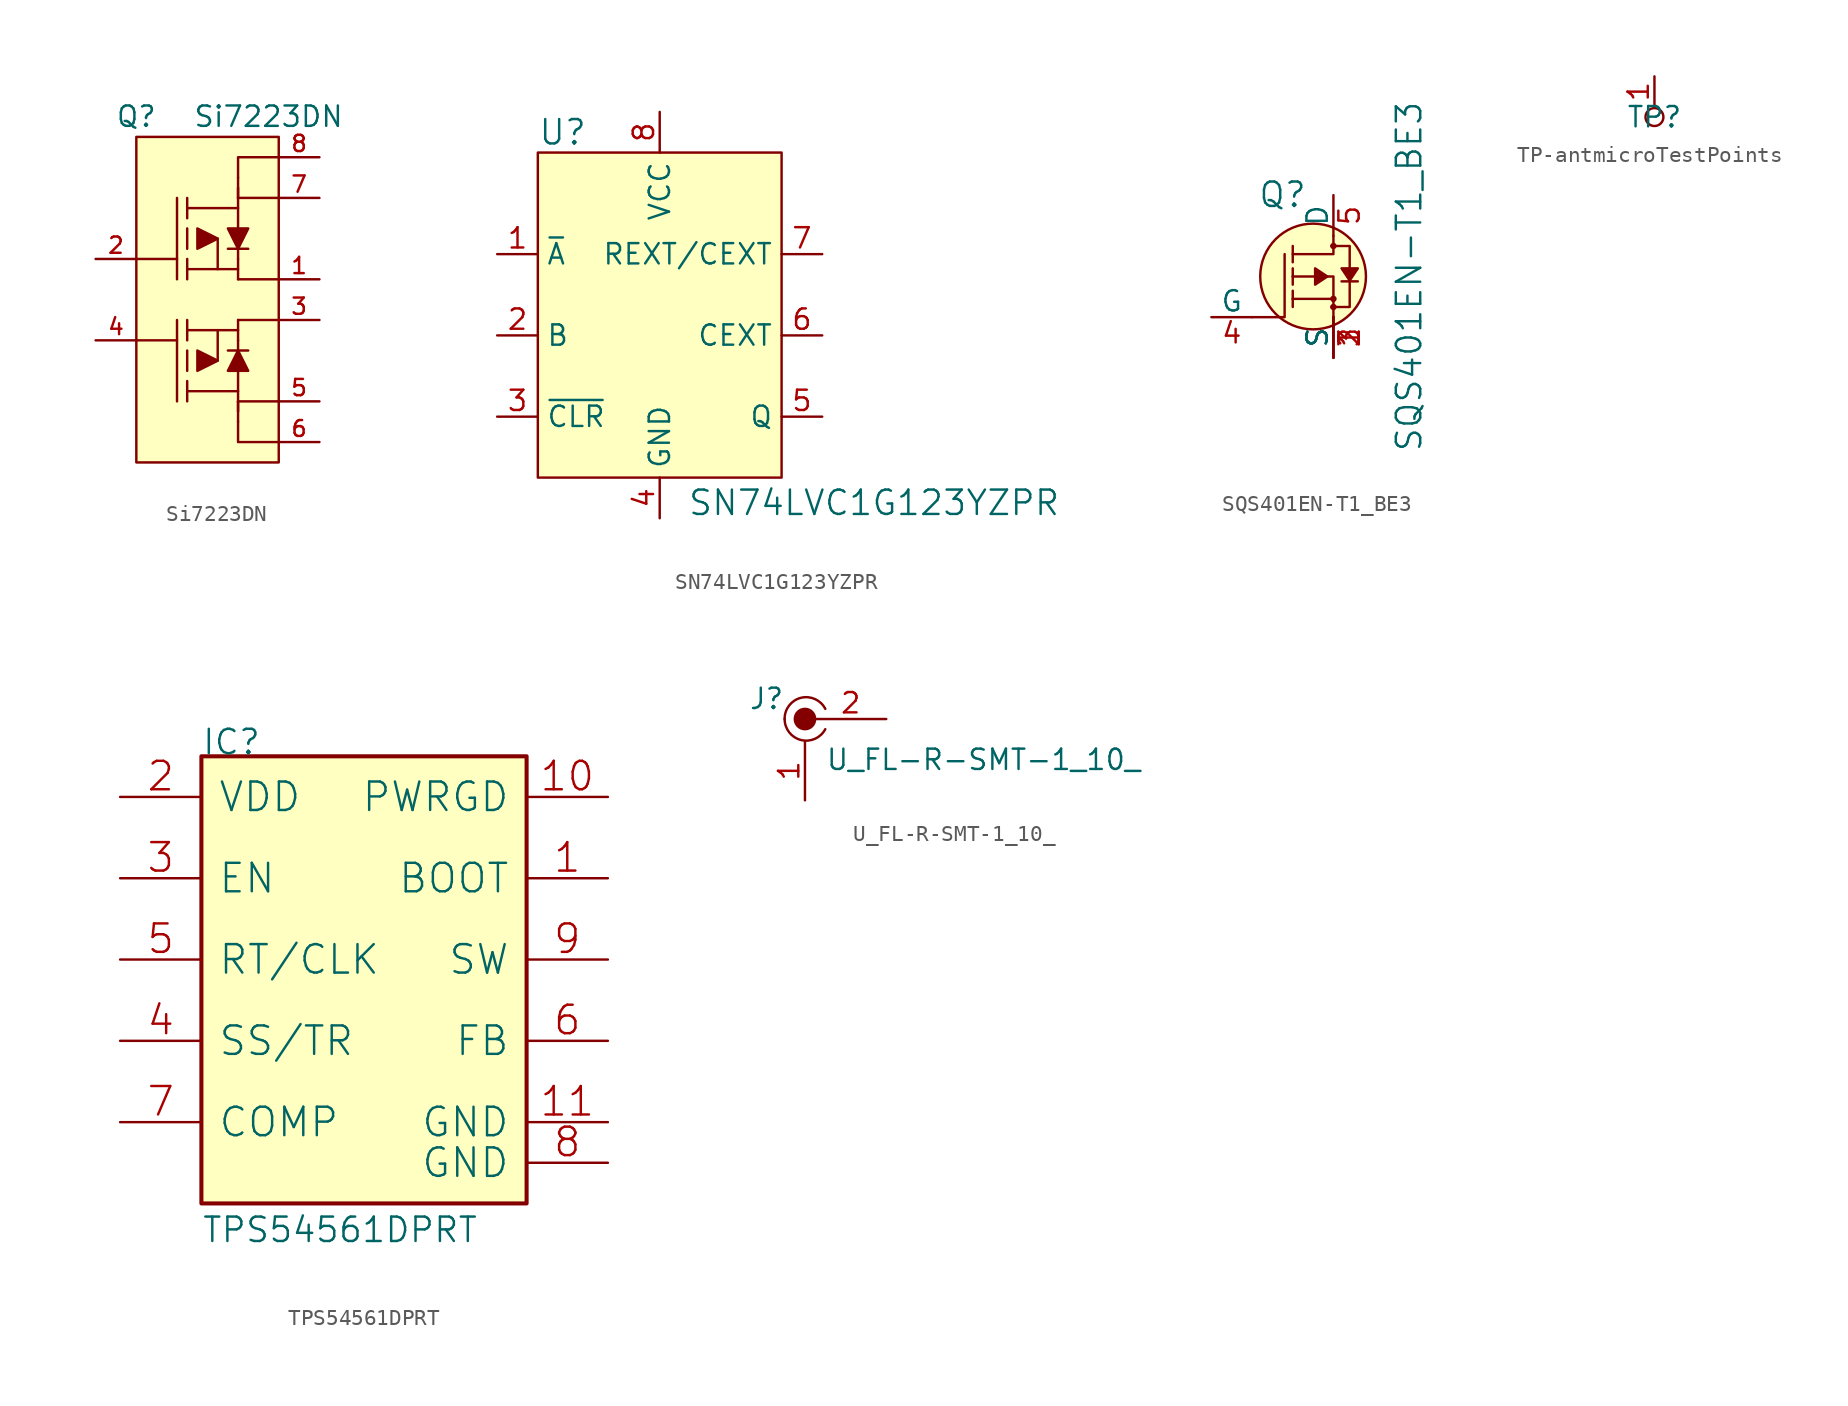
<source format=kicad_sym>
(kicad_symbol_lib
  (version 20211014)
  (generator kicad_symbol_editor)
  (symbol "Si7223DN"
    (pin_names
      (offset 1.016))
    (property "Reference" "Q"
      (at -5.08 11.43 0)
      (effects (font (size 1.27 1.27))))
    (property "Value" "Si7223DN"
      (at 3.175 11.43 0)
      (effects (font (size 1.27 1.27))))
    (symbol "Si7223DN_0_1"
      (polyline (pts (xy 1.27 -7.62) (xy 1.27 -6.35)) (stroke (width 0) (type default) (color 0 0 0 0)) (fill (type none)))
      (polyline (pts (xy 1.27 -6.985) (xy 1.27 -6.35)) (stroke (width 0) (type default) (color 0 0 0 0)) (fill (type none)))
      (polyline (pts (xy 1.27 7.62) (xy 1.27 6.35)) (stroke (width 0) (type default) (color 0 0 0 0)) (fill (type none)))
      (polyline (pts (xy 1.27 -7.62) (xy 1.27 -8.89) (xy 3.81 -8.89)) (stroke (width 0) (type default) (color 0 0 0 0)) (fill (type none))))
    (symbol "Si7223DN_1_1"
      (rectangle (start -5.08 10.16) (end 3.81 -10.16) (stroke (width 0) (type default) (color 0 0 0 0)) (fill (type background)))
      (polyline (pts (xy -5.08 -2.54) (xy -2.54 -2.54)) (stroke (width 0) (type default) (color 0 0 0 0)) (fill (type none)))
      (polyline (pts (xy -5.08 2.54) (xy -2.54 2.54)) (stroke (width 0) (type default) (color 0 0 0 0)) (fill (type none)))
      (polyline (pts (xy -2.54 -6.35) (xy -2.54 -1.27)) (stroke (width 0) (type default) (color 0 0 0 0)) (fill (type none)))
      (polyline (pts (xy -2.54 6.35) (xy -2.54 1.27)) (stroke (width 0) (type default) (color 0 0 0 0)) (fill (type none)))
      (polyline (pts (xy -1.905 -5.715) (xy 1.27 -5.715)) (stroke (width 0) (type default) (color 0 0 0 0)) (fill (type none)))
      (polyline (pts (xy -1.905 -5.08) (xy -1.905 -6.35)) (stroke (width 0) (type default) (color 0 0 0 0)) (fill (type none)))
      (polyline (pts (xy -1.905 -3.175) (xy -1.905 -4.445)) (stroke (width 0) (type default) (color 0 0 0 0)) (fill (type none)))
      (polyline (pts (xy -1.905 -2.54) (xy -1.905 -1.27)) (stroke (width 0) (type default) (color 0 0 0 0)) (fill (type none)))
      (polyline (pts (xy -1.905 2.54) (xy -1.905 1.27)) (stroke (width 0) (type default) (color 0 0 0 0)) (fill (type none)))
      (polyline (pts (xy -1.905 3.175) (xy -1.905 4.445)) (stroke (width 0) (type default) (color 0 0 0 0)) (fill (type none)))
      (polyline (pts (xy -1.905 5.08) (xy -1.905 6.35)) (stroke (width 0) (type default) (color 0 0 0 0)) (fill (type none)))
      (polyline (pts (xy -1.905 5.715) (xy 1.27 5.715)) (stroke (width 0) (type default) (color 0 0 0 0)) (fill (type none)))
      (polyline (pts (xy 0 -1.905) (xy 1.27 -1.905)) (stroke (width 0) (type default) (color 0 0 0 0)) (fill (type none)))
      (polyline (pts (xy 0 1.905) (xy 1.27 1.905)) (stroke (width 0) (type default) (color 0 0 0 0)) (fill (type none)))
      (polyline (pts (xy 0.635 -3.175) (xy 1.905 -3.175)) (stroke (width 0) (type default) (color 0 0 0 0)) (fill (type none)))
      (polyline (pts (xy 0.635 3.175) (xy 1.905 3.175)) (stroke (width 0) (type default) (color 0 0 0 0)) (fill (type none)))
      (polyline (pts (xy 1.27 -6.35) (xy 3.81 -6.35)) (stroke (width 0) (type default) (color 0 0 0 0)) (fill (type none)))
      (polyline (pts (xy 1.27 -2.54) (xy 1.27 -6.35)) (stroke (width 0) (type default) (color 0 0 0 0)) (fill (type none)))
      (polyline (pts (xy 1.27 -2.54) (xy 1.27 -1.27)) (stroke (width 0) (type default) (color 0 0 0 0)) (fill (type none)))
      (polyline (pts (xy 1.27 -1.27) (xy 3.81 -1.27)) (stroke (width 0) (type default) (color 0 0 0 0)) (fill (type none)))
      (polyline (pts (xy 1.27 1.27) (xy 3.81 1.27)) (stroke (width 0) (type default) (color 0 0 0 0)) (fill (type none)))
      (polyline (pts (xy 1.27 2.54) (xy 1.27 1.27)) (stroke (width 0) (type default) (color 0 0 0 0)) (fill (type none)))
      (polyline (pts (xy 1.27 2.54) (xy 1.27 6.35)) (stroke (width 0) (type default) (color 0 0 0 0)) (fill (type none)))
      (polyline (pts (xy 1.27 6.35) (xy 3.81 6.35)) (stroke (width 0) (type default) (color 0 0 0 0)) (fill (type none)))
      (polyline (pts (xy 1.27 6.985) (xy 1.27 6.35)) (stroke (width 0) (type default) (color 0 0 0 0)) (fill (type none)))
      (polyline (pts (xy 1.27 7.62) (xy 1.27 8.89) (xy 3.81 8.89)) (stroke (width 0) (type default) (color 0 0 0 0)) (fill (type none)))
      (polyline (pts (xy -1.27 -4.445) (xy 0 -3.81) (xy -1.27 -3.175) (xy -1.27 -4.445)) (stroke (width 0) (type default) (color 0 0 0 0)) (fill (type outline)))
      (polyline (pts (xy -1.27 4.445) (xy 0 3.81) (xy -1.27 3.175) (xy -1.27 4.445)) (stroke (width 0) (type default) (color 0 0 0 0)) (fill (type outline)))
      (polyline (pts (xy -0.635 -3.81) (xy 0 -3.81) (xy 0 -1.905) (xy -1.905 -1.905)) (stroke (width 0) (type default) (color 0 0 0 0)) (fill (type none)))
      (polyline (pts (xy -0.635 3.81) (xy 0 3.81) (xy 0 1.905) (xy -1.905 1.905)) (stroke (width 0) (type default) (color 0 0 0 0)) (fill (type none)))
      (polyline (pts (xy 1.905 -4.445) (xy 1.27 -3.175) (xy 0.635 -4.445) (xy 1.905 -4.445)) (stroke (width 0) (type default) (color 0 0 0 0)) (fill (type outline)))
      (polyline (pts (xy 1.905 4.445) (xy 1.27 3.175) (xy 0.635 4.445) (xy 1.905 4.445)) (stroke (width 0) (type default) (color 0 0 0 0)) (fill (type outline)))
      (pin passive line (at 6.35 1.27 180) (length 2.54) (name "~" (effects (font (size 1.016 1.016)))) (number "1" (effects (font (size 1.016 1.016)))))
      (pin passive line (at -7.62 2.54 0) (length 2.54) (name "~" (effects (font (size 1.016 1.016)))) (number "2" (effects (font (size 1.016 1.016)))))
      (pin passive line (at 6.35 -1.27 180) (length 2.54) (name "~" (effects (font (size 1.016 1.016)))) (number "3" (effects (font (size 1.016 1.016)))))
      (pin passive line (at -7.62 -2.54 0) (length 2.54) (name "~" (effects (font (size 1.016 1.016)))) (number "4" (effects (font (size 1.016 1.016)))))
      (pin passive line (at 6.35 -6.35 180) (length 2.54) (name "~" (effects (font (size 1.016 1.016)))) (number "5" (effects (font (size 1.016 1.016)))))
      (pin passive line (at 6.35 -8.89 180) (length 2.54) (name "~" (effects (font (size 1.016 1.016)))) (number "6" (effects (font (size 0.991 0.991)))))
      (pin passive line (at 6.35 6.35 180) (length 2.54) (name "~" (effects (font (size 1.016 1.016)))) (number "7" (effects (font (size 1.016 1.016)))))
      (pin passive line (at 6.35 8.89 180) (length 2.54) (name "~" (effects (font (size 1.016 1.016)))) (number "8" (effects (font (size 1.016 1.016)))))))
  (symbol "SN74LVC1G123YZPR"
    (property "Reference" "U"
      (at -7.62 11.43 0)
      (effects (font (size 1.524 1.524)) (justify left)))
    (property "Value" "SN74LVC1G123YZPR"
      (at 1.727 -11.735 0)
      (effects (font (size 1.524 1.524)) (justify left)))
    (symbol "SN74LVC1G123YZPR_0_1"
      (rectangle (start -7.62 10.16) (end 7.62 -10.16) (stroke (width 0) (type default) (color 0 0 0 0)) (fill (type background))))
    (symbol "SN74LVC1G123YZPR_1_1"
      (pin input line (at -10.16 3.81 0) (length 2.54) (name "~{A}" (effects (font (size 1.27 1.27)))) (number "1" (effects (font (size 1.27 1.27)))))
      (pin input line (at -10.16 -1.27 0) (length 2.54) (name "B" (effects (font (size 1.27 1.27)))) (number "2" (effects (font (size 1.27 1.27)))))
      (pin input line (at -10.16 -6.35 0) (length 2.54) (name "~{CLR}" (effects (font (size 1.27 1.27)))) (number "3" (effects (font (size 1.27 1.27)))))
      (pin power_in line (at 0 -12.7 90) (length 2.54) (name "GND" (effects (font (size 1.27 1.27)))) (number "4" (effects (font (size 1.27 1.27)))))
      (pin output line (at 10.16 -6.35 180) (length 2.54) (name "Q" (effects (font (size 1.27 1.27)))) (number "5" (effects (font (size 1.27 1.27)))))
      (pin passive line (at 10.16 -1.27 180) (length 2.54) (name "CEXT" (effects (font (size 1.27 1.27)))) (number "6" (effects (font (size 1.27 1.27)))))
      (pin passive line (at 10.16 3.81 180) (length 2.54) (name "REXT/CEXT" (effects (font (size 1.27 1.27)))) (number "7" (effects (font (size 1.27 1.27)))))
      (pin power_in line (at 0 12.7 270) (length 2.54) (name "VCC" (effects (font (size 1.27 1.27)))) (number "8" (effects (font (size 1.27 1.27)))))))
  (symbol "SQS401EN-T1_BE3"
    (pin_names
      (offset 0))
    (property "Reference" "Q"
      (at -1.626 5.105 0)
      (effects (font (size 1.524 1.524)) (justify right)))
    (property "Value" "SQS401EN-T1_BE3"
      (at 4.724 0 90)
      (effects (font (size 1.524 1.524))))
    (symbol "SQS401EN-T1_BE3_1_1"
      (circle (center -1.27 0) (radius 3.302) (stroke (width 0) (type default) (color 0 0 0 0)) (fill (type background)))
      (circle (center 0 -1.905) (radius 0.127) (stroke (width 0) (type default) (color 0 0 0 0)) (fill (type none)))
      (circle (center 0 -1.397) (radius 0.127) (stroke (width 0) (type default) (color 0 0 0 0)) (fill (type none)))
      (polyline (pts (xy -2.54 -1.397) (xy -2.54 -1.905)) (stroke (width 0) (type default) (color 0 0 0 0)) (fill (type none)))
      (polyline (pts (xy -2.54 -1.397) (xy -2.54 -0.889)) (stroke (width 0) (type default) (color 0 0 0 0)) (fill (type none)))
      (polyline (pts (xy -2.54 0) (xy -2.54 -0.508)) (stroke (width 0) (type default) (color 0 0 0 0)) (fill (type none)))
      (polyline (pts (xy -2.54 0) (xy -2.54 0.508)) (stroke (width 0) (type default) (color 0 0 0 0)) (fill (type none)))
      (polyline (pts (xy -2.54 1.905) (xy -2.54 0.889)) (stroke (width 0) (type default) (color 0 0 0 0)) (fill (type none)))
      (polyline (pts (xy 0 -1.397) (xy -2.54 -1.397)) (stroke (width 0) (type default) (color 0 0 0 0)) (fill (type none)))
      (polyline (pts (xy 1.524 -0.305) (xy 0.508 -0.305)) (stroke (width 0) (type default) (color 0 0 0 0)) (fill (type none)))
      (polyline (pts (xy -5.08 -2.54) (xy -3.048 -2.54) (xy -3.048 1.397)) (stroke (width 0) (type default) (color 0 0 0 0)) (fill (type none)))
      (polyline (pts (xy 0 -2.54) (xy 0 0) (xy -2.54 0)) (stroke (width 0) (type default) (color 0 0 0 0)) (fill (type none)))
      (polyline (pts (xy 0 2.54) (xy 0 1.397) (xy -2.54 1.397)) (stroke (width 0) (type default) (color 0 0 0 0)) (fill (type none)))
      (polyline (pts (xy -0.381 0) (xy -1.143 0.508) (xy -1.143 -0.508) (xy -0.381 0)) (stroke (width 0) (type default) (color 0 0 0 0)) (fill (type outline)))
      (polyline (pts (xy 1.016 -0.254) (xy 0.508 0.508) (xy 1.524 0.508) (xy 1.016 -0.254)) (stroke (width 0) (type default) (color 0 0 0 0)) (fill (type outline)))
      (polyline (pts (xy -0.127 -1.905) (xy 1.016 -1.905) (xy 1.016 1.397) (xy 1.016 1.905) (xy -0.127 1.905)) (stroke (width 0) (type default) (color 0 0 0 0)) (fill (type none)))
      (circle (center 0 1.905) (radius 0.127) (stroke (width 0) (type default) (color 0 0 0 0)) (fill (type none)))
      (pin bidirectional line (at 0 -5.08 90) (length 2.54) (name "S" (effects (font (size 1.27 1.27)))) (number "1" (effects (font (size 1.27 1.27)))))
      (pin bidirectional line (at 0 -5.08 90) (length 2.54) (name "S" (effects (font (size 1.27 1.27)))) (number "2" (effects (font (size 1.27 1.27)))))
      (pin bidirectional line (at 0 -5.08 90) (length 2.54) (name "S" (effects (font (size 1.27 1.27)))) (number "3" (effects (font (size 1.27 1.27)))))
      (pin bidirectional line (at -7.62 -2.54 0) (length 2.54) (name "G" (effects (font (size 1.27 1.27)))) (number "4" (effects (font (size 1.27 1.27)))))
      (pin bidirectional line (at 0 5.08 270) (length 2.54) (name "D" (effects (font (size 1.27 1.27)))) (number "5" (effects (font (size 1.27 1.27)))))))
  (symbol "TP-antmicroTestPoints"
    (pin_names
      (offset 1.016))
    (property "Reference" "TP"
      (at 0 0 0)
      (effects (font (size 1.27 1.27))))
    (symbol "TP-antmicroTestPoints_1_1"
      (circle (center 0 0) (radius 0.559) (stroke (width 0) (type default) (color 0 0 0 0)) (fill (type none)))
      (pin passive line (at 0 2.54 270) (length 1.905) (name "~" (effects (font (size 1.27 1.27)))) (number "1" (effects (font (size 1.27 1.27)))))))
  (symbol "TPS54561DPRT"
    (pin_names
      (offset 1.016))
    (property "Reference" "IC"
      (at -10.16 12.7 0)
      (effects (font (size 1.524 1.524)) (justify left bottom)))
    (property "Value" "TPS54561DPRT"
      (at -10.16 -17.78 0)
      (effects (font (size 1.524 1.524)) (justify left bottom)))
    (symbol "TPS54561DPRT_0_1"
      (rectangle (start -10.16 -15.24) (end 10.16 12.7) (stroke (width 0.254) (type default) (color 0 0 0 0)) (fill (type background)))
      (pin passive line (at 15.24 5.08 180) (length 5.08) (name "BOOT" (effects (font (size 1.778 1.778)))) (number "1" (effects (font (size 1.778 1.778)))))
      (pin passive line (at 15.24 10.16 180) (length 5.08) (name "PWRGD" (effects (font (size 1.778 1.778)))) (number "10" (effects (font (size 1.778 1.778)))))
      (pin passive line (at 15.24 -10.16 180) (length 5.08) (name "GND" (effects (font (size 1.778 1.778)))) (number "11" (effects (font (size 1.778 1.778)))))
      (pin passive line (at -15.24 10.16 0) (length 5.08) (name "VDD" (effects (font (size 1.778 1.778)))) (number "2" (effects (font (size 1.778 1.778)))))
      (pin passive line (at -15.24 5.08 0) (length 5.08) (name "EN" (effects (font (size 1.778 1.778)))) (number "3" (effects (font (size 1.778 1.778)))))
      (pin passive line (at -15.24 -5.08 0) (length 5.08) (name "SS/TR" (effects (font (size 1.778 1.778)))) (number "4" (effects (font (size 1.778 1.778)))))
      (pin passive line (at -15.24 0 0) (length 5.08) (name "RT/CLK" (effects (font (size 1.778 1.778)))) (number "5" (effects (font (size 1.778 1.778)))))
      (pin passive line (at 15.24 -5.08 180) (length 5.08) (name "FB" (effects (font (size 1.778 1.778)))) (number "6" (effects (font (size 1.778 1.778)))))
      (pin passive line (at -15.24 -10.16 0) (length 5.08) (name "COMP" (effects (font (size 1.778 1.778)))) (number "7" (effects (font (size 1.778 1.778)))))
      (pin passive line (at 15.24 -12.7 180) (length 5.08) (name "GND" (effects (font (size 1.778 1.778)))) (number "8" (effects (font (size 1.778 1.778)))))
      (pin passive line (at 15.24 0 180) (length 5.08) (name "SW" (effects (font (size 1.778 1.778)))) (number "9" (effects (font (size 1.778 1.778)))))))
  (symbol "U_FL-R-SMT-1_10_"
    (pin_names
      (offset 1.016))
    (property "Reference" "J"
      (at -1.27 1.27 0)
      (effects (font (size 1.27 1.27)) (justify right)))
    (property "Value" "U_FL-R-SMT-1_10_"
      (at 1.27 -2.54 0)
      (effects (font (size 1.27 1.27)) (justify left)))
    (symbol "U_FL-R-SMT-1_10__1_1"
      (arc (start -1.27 0) (mid -0.2651 -1.3081) (end 1.27 -0.635) (stroke (width 0) (type default) (color 0 0 0 0)) (fill (type none)))
      (circle (center 0 0) (radius 0.635) (stroke (width 0) (type default) (color 0 0 0 0)) (fill (type outline)))
      (arc (start 1.27 0.635) (mid -0.2496 1.3256) (end -1.27 0) (stroke (width 0) (type default) (color 0 0 0 0)) (fill (type none)))
      (pin passive line (at 0 -5.08 90) (length 3.683) (name "~" (effects (font (size 1.27 1.27)))) (number "1" (effects (font (size 1.27 1.27)))))
      (pin passive line (at 5.08 0 180) (length 4.445) (name "~" (effects (font (size 1.27 1.27)))) (number "2" (effects (font (size 1.27 1.27))))))))
</source>
